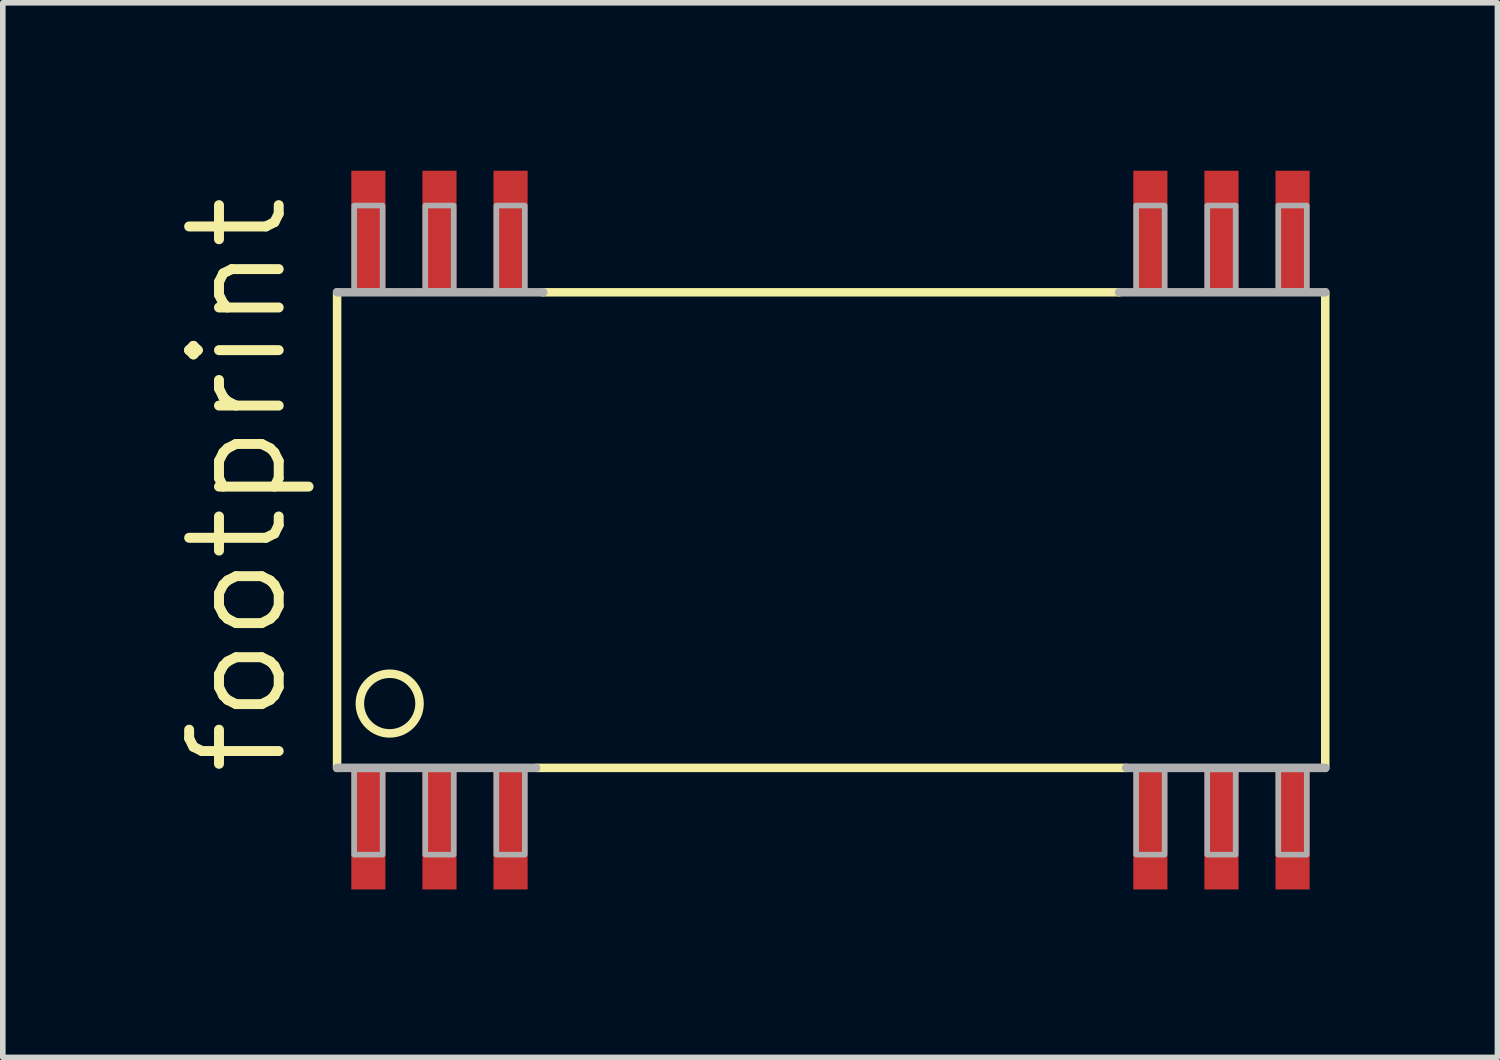
<source format=kicad_pcb>
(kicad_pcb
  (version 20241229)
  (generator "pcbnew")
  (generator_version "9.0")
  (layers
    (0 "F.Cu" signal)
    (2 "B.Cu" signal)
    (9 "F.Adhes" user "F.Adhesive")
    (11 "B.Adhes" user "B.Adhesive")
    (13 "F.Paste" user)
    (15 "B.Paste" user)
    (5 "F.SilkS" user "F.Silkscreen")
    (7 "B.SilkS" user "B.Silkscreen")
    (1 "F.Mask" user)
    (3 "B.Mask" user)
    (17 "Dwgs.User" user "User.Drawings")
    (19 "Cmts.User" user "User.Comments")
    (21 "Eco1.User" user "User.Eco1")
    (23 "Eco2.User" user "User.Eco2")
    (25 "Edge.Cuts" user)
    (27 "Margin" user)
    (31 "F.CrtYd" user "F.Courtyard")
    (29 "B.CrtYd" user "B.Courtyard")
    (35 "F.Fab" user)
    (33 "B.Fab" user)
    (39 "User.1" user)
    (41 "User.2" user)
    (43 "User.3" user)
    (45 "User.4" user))
  (footprint "footprint"
    (layer "F.Cu")
    (at 11.786 6.42)
    (property "Reference" "footprint" (at -9.652 4.445 90) (layer "F.SilkS") (effects (font (size 1.6 1.6) (thickness 0.178)) (justify left bottom)))
    (fp_line (start -8.814 -4.248) (end -8.814 4.248) (stroke (width 0.152) (type solid)) (layer "F.SilkS"))
    (fp_line (start -5.258 4.248) (end 5.283 4.248) (stroke (width 0.152) (type solid)) (layer "F.SilkS"))
    (fp_line (start 5.156 -4.248) (end -5.131 -4.248) (stroke (width 0.152) (type solid)) (layer "F.SilkS"))
    (fp_line (start 8.839 4.248) (end 8.839 -4.248) (stroke (width 0.152) (type solid)) (layer "F.SilkS"))
    (fp_circle (center -7.874 3.099) (end -7.341 3.099) (stroke (width 0.152) (type solid)) (fill no) (layer "F.SilkS"))
    (fp_line (start -8.814 4.248) (end -5.258 4.248) (stroke (width 0.152) (type solid)) (layer "F.Fab"))
    (fp_line (start -5.131 -4.248) (end -8.814 -4.248) (stroke (width 0.152) (type solid)) (layer "F.Fab"))
    (fp_line (start 5.283 4.248) (end 8.839 4.248) (stroke (width 0.152) (type solid)) (layer "F.Fab"))
    (fp_line (start 8.839 -4.248) (end 5.156 -4.248) (stroke (width 0.152) (type solid)) (layer "F.Fab"))
    (fp_poly (pts (xy -8.509 -4.274) (xy -8.001 -4.274) (xy -8.001 -5.798) (xy -8.509 -5.798)) (stroke (width 0.1) (type solid)) (fill no) (layer "F.Fab"))
    (fp_poly (pts (xy -8.509 5.798) (xy -8.001 5.798) (xy -8.001 4.274) (xy -8.509 4.274)) (stroke (width 0.1) (type solid)) (fill no) (layer "F.Fab"))
    (fp_poly (pts (xy -7.239 -4.274) (xy -6.731 -4.274) (xy -6.731 -5.798) (xy -7.239 -5.798)) (stroke (width 0.1) (type solid)) (fill no) (layer "F.Fab"))
    (fp_poly (pts (xy -7.239 5.798) (xy -6.731 5.798) (xy -6.731 4.274) (xy -7.239 4.274)) (stroke (width 0.1) (type solid)) (fill no) (layer "F.Fab"))
    (fp_poly (pts (xy -5.969 -4.274) (xy -5.461 -4.274) (xy -5.461 -5.798) (xy -5.969 -5.798)) (stroke (width 0.1) (type solid)) (fill no) (layer "F.Fab"))
    (fp_poly (pts (xy -5.969 5.798) (xy -5.461 5.798) (xy -5.461 4.274) (xy -5.969 4.274)) (stroke (width 0.1) (type solid)) (fill no) (layer "F.Fab"))
    (fp_poly (pts (xy 5.461 -4.274) (xy 5.969 -4.274) (xy 5.969 -5.798) (xy 5.461 -5.798)) (stroke (width 0.1) (type solid)) (fill no) (layer "F.Fab"))
    (fp_poly (pts (xy 5.461 5.798) (xy 5.969 5.798) (xy 5.969 4.274) (xy 5.461 4.274)) (stroke (width 0.1) (type solid)) (fill no) (layer "F.Fab"))
    (fp_poly (pts (xy 6.731 -4.274) (xy 7.239 -4.274) (xy 7.239 -5.798) (xy 6.731 -5.798)) (stroke (width 0.1) (type solid)) (fill no) (layer "F.Fab"))
    (fp_poly (pts (xy 6.731 5.798) (xy 7.239 5.798) (xy 7.239 4.274) (xy 6.731 4.274)) (stroke (width 0.1) (type solid)) (fill no) (layer "F.Fab"))
    (fp_poly (pts (xy 8.001 -4.274) (xy 8.509 -4.274) (xy 8.509 -5.798) (xy 8.001 -5.798)) (stroke (width 0.1) (type solid)) (fill no) (layer "F.Fab"))
    (fp_poly (pts (xy 8.001 5.798) (xy 8.509 5.798) (xy 8.509 4.274) (xy 8.001 4.274)) (stroke (width 0.1) (type solid)) (fill no) (layer "F.Fab"))
    (pad "1" smd rect (at -8.255 5.315) (size 0.61 2.21) (layers "F.Cu" "F.Mask" "F.Paste"))
    (pad "2" smd rect (at -6.985 5.315) (size 0.61 2.21) (layers "F.Cu" "F.Mask" "F.Paste"))
    (pad "3" smd rect (at -5.715 5.315) (size 0.61 2.21) (layers "F.Cu" "F.Mask" "F.Paste"))
    (pad "12" smd rect (at 5.715 5.315) (size 0.61 2.21) (layers "F.Cu" "F.Mask" "F.Paste"))
    (pad "13" smd rect (at 6.985 5.315) (size 0.61 2.21) (layers "F.Cu" "F.Mask" "F.Paste"))
    (pad "14" smd rect (at 8.255 5.315) (size 0.61 2.21) (layers "F.Cu" "F.Mask" "F.Paste"))
    (pad "15" smd rect (at 8.255 -5.315) (size 0.61 2.21) (layers "F.Cu" "F.Mask" "F.Paste"))
    (pad "16" smd rect (at 6.985 -5.315) (size 0.61 2.21) (layers "F.Cu" "F.Mask" "F.Paste"))
    (pad "17" smd rect (at 5.715 -5.315) (size 0.61 2.21) (layers "F.Cu" "F.Mask" "F.Paste"))
    (pad "26" smd rect (at -5.715 -5.315) (size 0.61 2.21) (layers "F.Cu" "F.Mask" "F.Paste"))
    (pad "27" smd rect (at -6.985 -5.315) (size 0.61 2.21) (layers "F.Cu" "F.Mask" "F.Paste"))
    (pad "28" smd rect (at -8.255 -5.315) (size 0.61 2.21) (layers "F.Cu" "F.Mask" "F.Paste")))
  (gr_rect
    (start -3 -3)
    (end 23.701 15.84)
    (stroke (width 0.1) (type default))
    (fill no)
    (layer "Edge.Cuts")))
</source>
